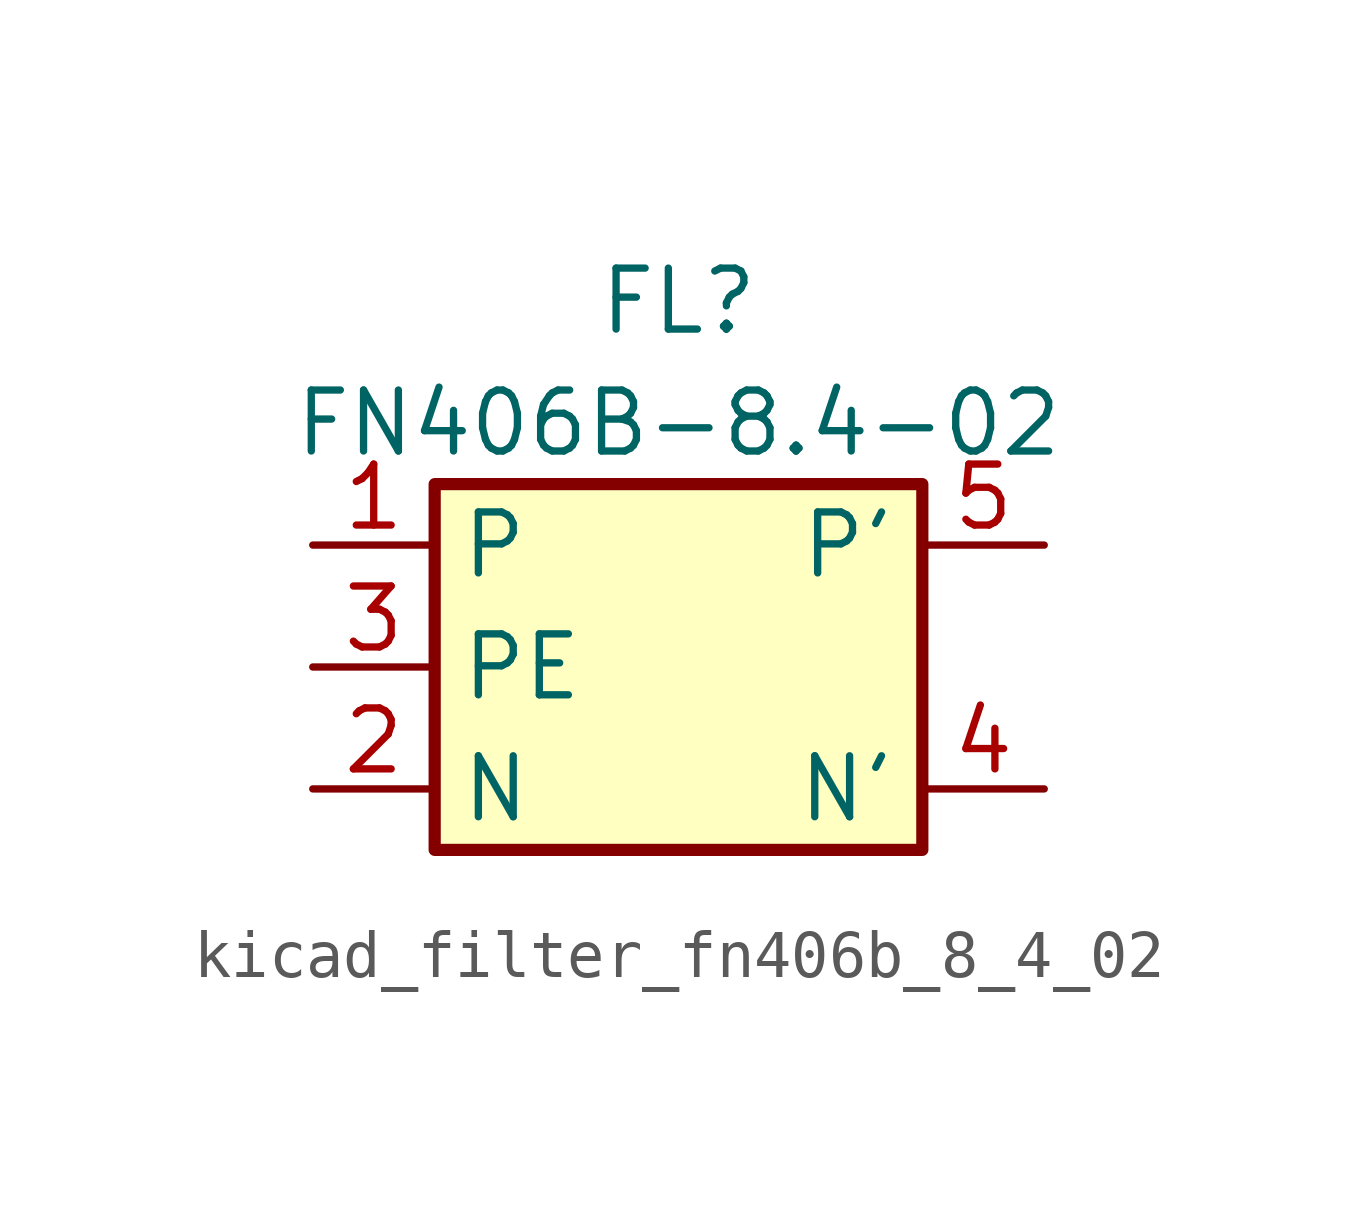
<source format=kicad_sym>
(kicad_symbol_lib
  (version 20220914)
  (generator kicad_symbol_editor)
  (symbol "kicad_filter_fn406b_8_4_02"
    (property "Reference" "FL"
      (at 0 7.62 0)
      (effects (font (size 1.27 1.27))))
    (property "Value" "FN406B-8.4-02"
      (at 0 5.08 0)
      (effects (font (size 1.27 1.27))))
    (symbol "kicad_filter_fn406b_8_4_02_0_1"
      (rectangle (start -5.08 3.81) (end 5.08 -3.81) (stroke (width 0.254) (type default)) (fill (type background))))
    (symbol "kicad_filter_fn406b_8_4_02_1_1"
      (pin passive line (at -7.62 2.54 0) (length 2.54) (name "P" (effects (font (size 1.27 1.27)))) (number "1" (effects (font (size 1.27 1.27)))))
      (pin passive line (at -7.62 -2.54 0) (length 2.54) (name "N" (effects (font (size 1.27 1.27)))) (number "2" (effects (font (size 1.27 1.27)))))
      (pin passive line (at -7.62 0 0) (length 2.54) (name "PE" (effects (font (size 1.27 1.27)))) (number "3" (effects (font (size 1.27 1.27)))))
      (pin passive line (at 7.62 -2.54 180) (length 2.54) (name "N'" (effects (font (size 1.27 1.27)))) (number "4" (effects (font (size 1.27 1.27)))))
      (pin passive line (at 7.62 2.54 180) (length 2.54) (name "P'" (effects (font (size 1.27 1.27)))) (number "5" (effects (font (size 1.27 1.27))))))))
</source>
